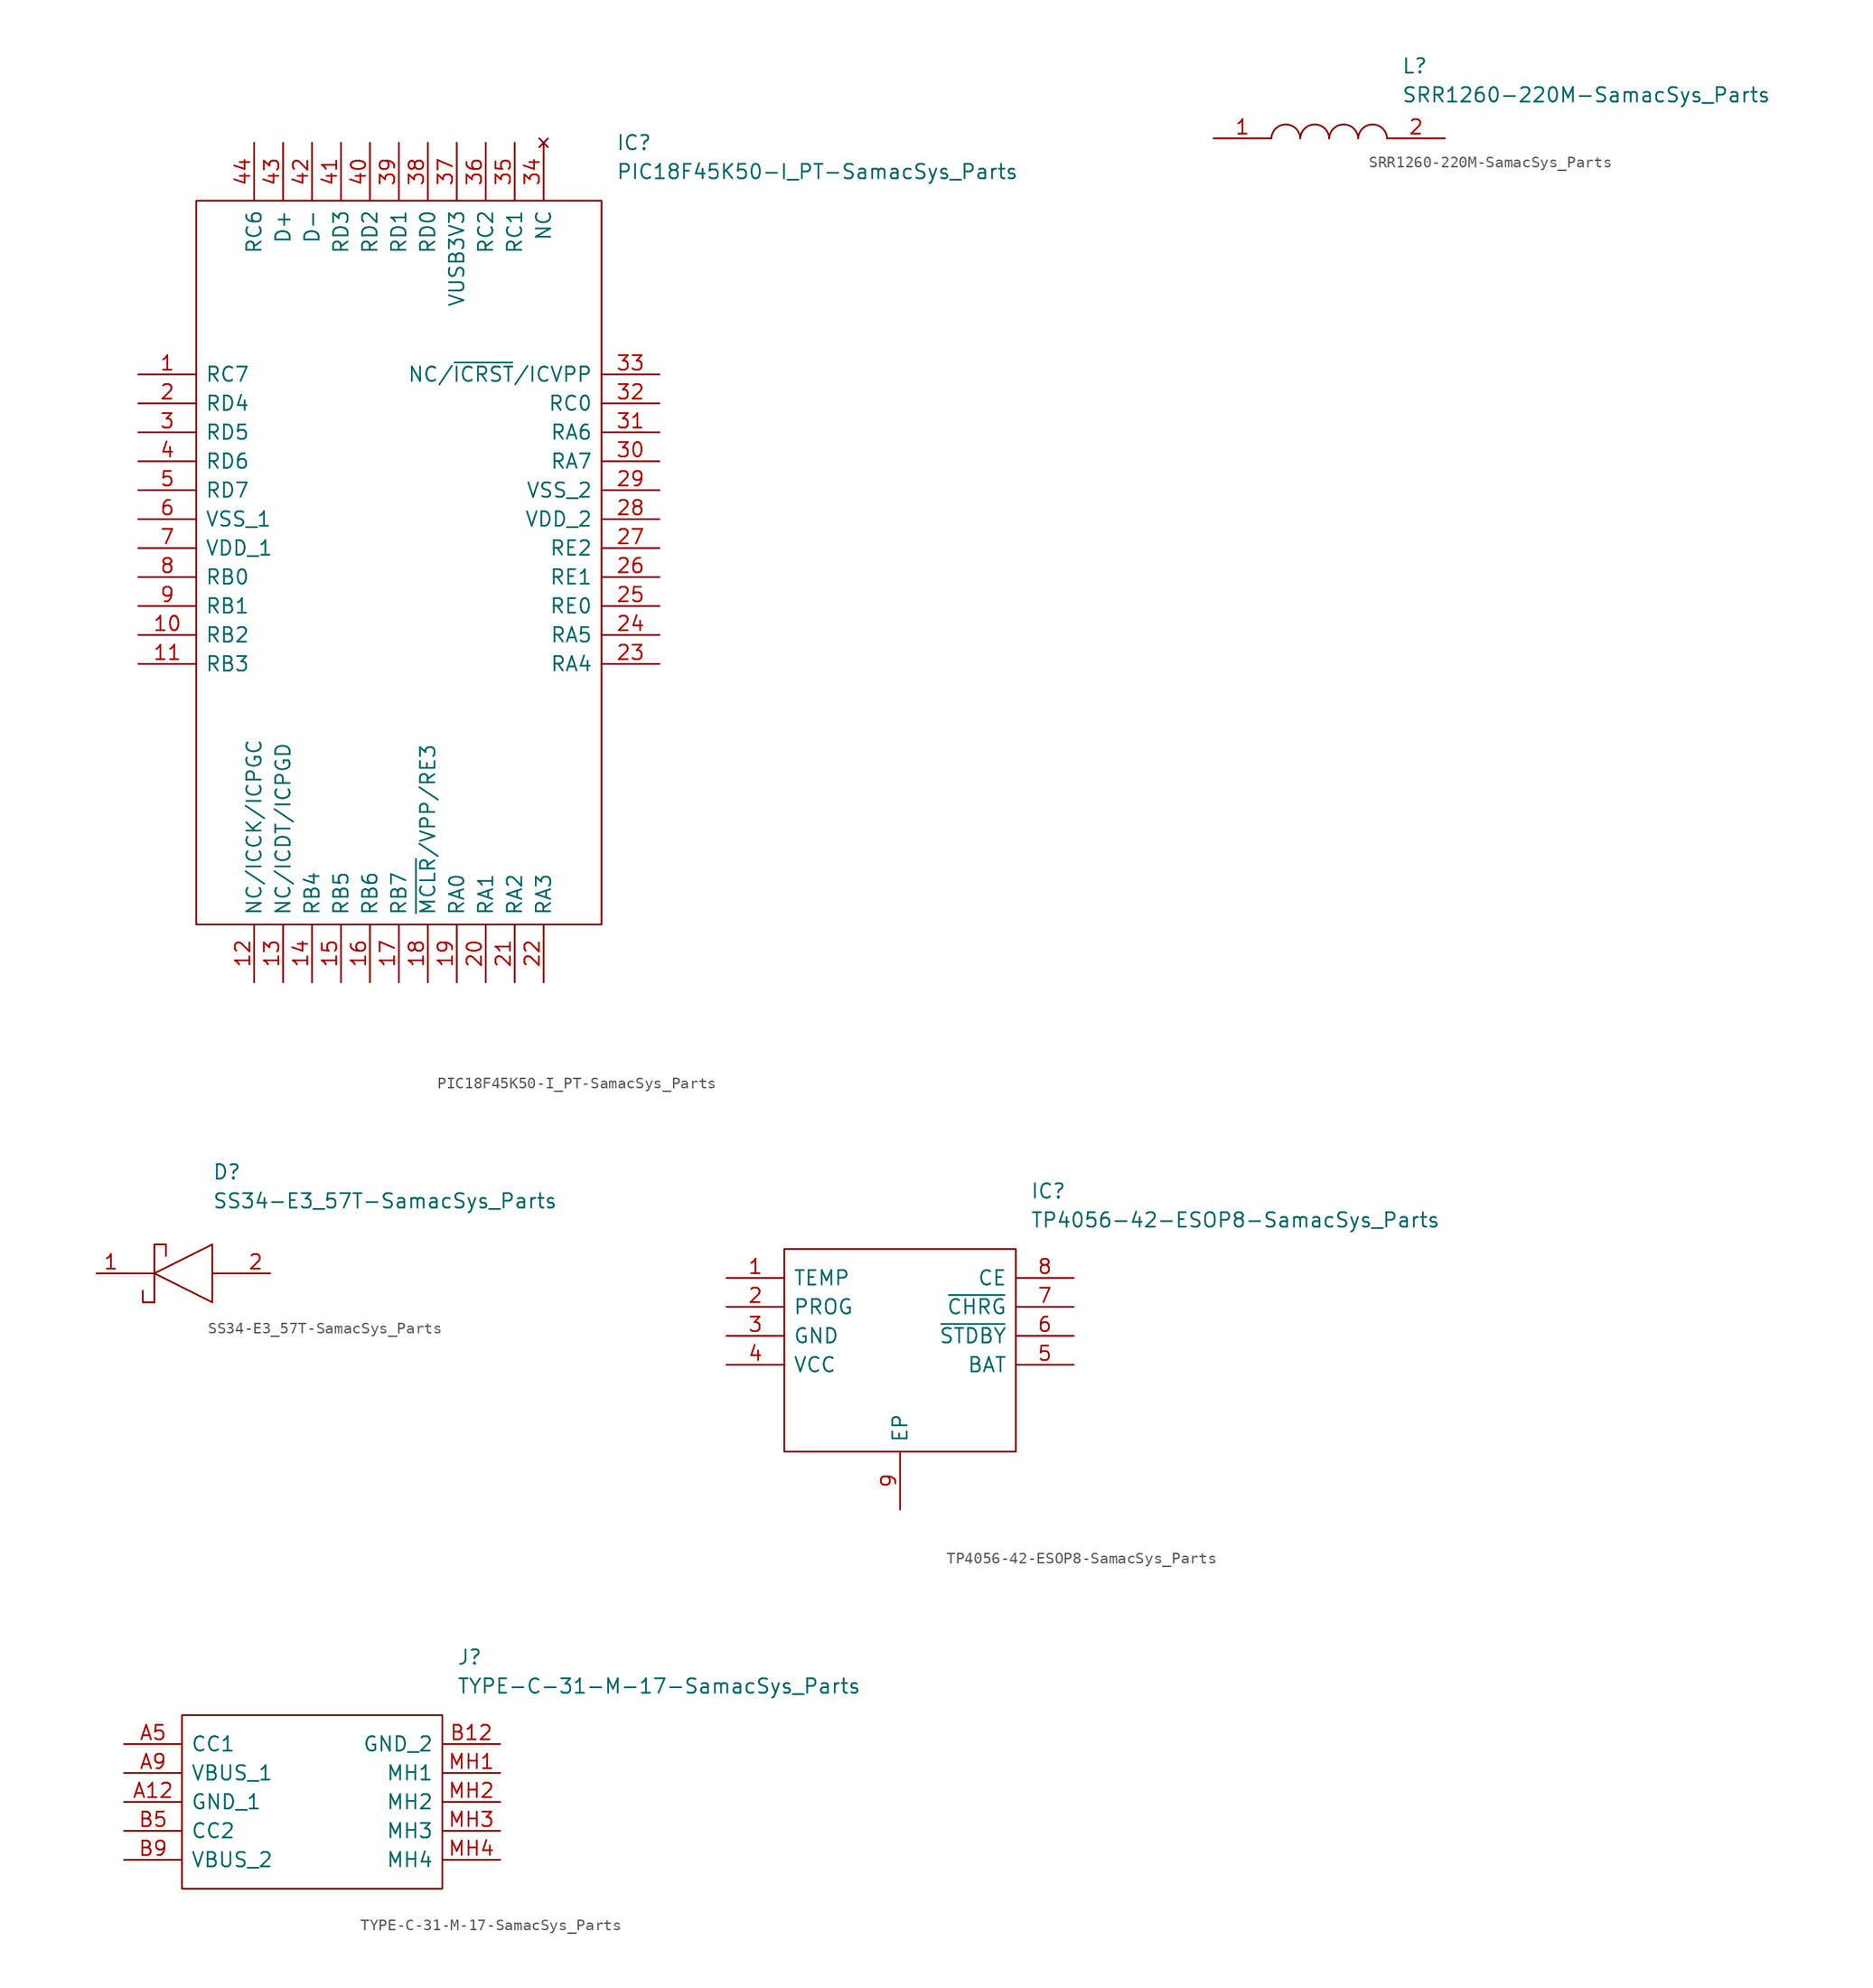
<source format=kicad_sym>
(kicad_symbol_lib
  (version 20220914)
  (generator kicad_symbol_editor)
  (symbol "PIC18F45K50-I_PT-SamacSys_Parts"
    (pin_names
      (offset 0.762))
    (property "Reference" "IC"
      (at 41.91 20.32 0)
      (effects (font (size 1.27 1.27)) (justify left)))
    (property "Value" "PIC18F45K50-I_PT-SamacSys_Parts"
      (at 41.91 17.78 0)
      (effects (font (size 1.27 1.27)) (justify left)))
    (symbol "PIC18F45K50-I_PT-SamacSys_Parts_0_0"
      (pin passive line (at 0 0 0) (length 5.08) (name "RC7" (effects (font (size 1.27 1.27)))) (number "1" (effects (font (size 1.27 1.27)))))
      (pin passive line (at 0 -22.86 0) (length 5.08) (name "RB2" (effects (font (size 1.27 1.27)))) (number "10" (effects (font (size 1.27 1.27)))))
      (pin passive line (at 0 -25.4 0) (length 5.08) (name "RB3" (effects (font (size 1.27 1.27)))) (number "11" (effects (font (size 1.27 1.27)))))
      (pin passive line (at 10.16 -53.34 90) (length 5.08) (name "NC/ICCK/ICPGC" (effects (font (size 1.27 1.27)))) (number "12" (effects (font (size 1.27 1.27)))))
      (pin passive line (at 12.7 -53.34 90) (length 5.08) (name "NC/ICDT/ICPGD" (effects (font (size 1.27 1.27)))) (number "13" (effects (font (size 1.27 1.27)))))
      (pin passive line (at 15.24 -53.34 90) (length 5.08) (name "RB4" (effects (font (size 1.27 1.27)))) (number "14" (effects (font (size 1.27 1.27)))))
      (pin passive line (at 17.78 -53.34 90) (length 5.08) (name "RB5" (effects (font (size 1.27 1.27)))) (number "15" (effects (font (size 1.27 1.27)))))
      (pin passive line (at 20.32 -53.34 90) (length 5.08) (name "RB6" (effects (font (size 1.27 1.27)))) (number "16" (effects (font (size 1.27 1.27)))))
      (pin passive line (at 22.86 -53.34 90) (length 5.08) (name "RB7" (effects (font (size 1.27 1.27)))) (number "17" (effects (font (size 1.27 1.27)))))
      (pin passive line (at 25.4 -53.34 90) (length 5.08) (name "~{MCLR}/VPP/RE3" (effects (font (size 1.27 1.27)))) (number "18" (effects (font (size 1.27 1.27)))))
      (pin passive line (at 27.94 -53.34 90) (length 5.08) (name "RA0" (effects (font (size 1.27 1.27)))) (number "19" (effects (font (size 1.27 1.27)))))
      (pin passive line (at 0 -2.54 0) (length 5.08) (name "RD4" (effects (font (size 1.27 1.27)))) (number "2" (effects (font (size 1.27 1.27)))))
      (pin passive line (at 30.48 -53.34 90) (length 5.08) (name "RA1" (effects (font (size 1.27 1.27)))) (number "20" (effects (font (size 1.27 1.27)))))
      (pin passive line (at 33.02 -53.34 90) (length 5.08) (name "RA2" (effects (font (size 1.27 1.27)))) (number "21" (effects (font (size 1.27 1.27)))))
      (pin passive line (at 35.56 -53.34 90) (length 5.08) (name "RA3" (effects (font (size 1.27 1.27)))) (number "22" (effects (font (size 1.27 1.27)))))
      (pin passive line (at 45.72 -25.4 180) (length 5.08) (name "RA4" (effects (font (size 1.27 1.27)))) (number "23" (effects (font (size 1.27 1.27)))))
      (pin passive line (at 45.72 -22.86 180) (length 5.08) (name "RA5" (effects (font (size 1.27 1.27)))) (number "24" (effects (font (size 1.27 1.27)))))
      (pin passive line (at 45.72 -20.32 180) (length 5.08) (name "RE0" (effects (font (size 1.27 1.27)))) (number "25" (effects (font (size 1.27 1.27)))))
      (pin passive line (at 45.72 -17.78 180) (length 5.08) (name "RE1" (effects (font (size 1.27 1.27)))) (number "26" (effects (font (size 1.27 1.27)))))
      (pin passive line (at 45.72 -15.24 180) (length 5.08) (name "RE2" (effects (font (size 1.27 1.27)))) (number "27" (effects (font (size 1.27 1.27)))))
      (pin passive line (at 45.72 -12.7 180) (length 5.08) (name "VDD_2" (effects (font (size 1.27 1.27)))) (number "28" (effects (font (size 1.27 1.27)))))
      (pin passive line (at 45.72 -10.16 180) (length 5.08) (name "VSS_2" (effects (font (size 1.27 1.27)))) (number "29" (effects (font (size 1.27 1.27)))))
      (pin passive line (at 0 -5.08 0) (length 5.08) (name "RD5" (effects (font (size 1.27 1.27)))) (number "3" (effects (font (size 1.27 1.27)))))
      (pin passive line (at 45.72 -7.62 180) (length 5.08) (name "RA7" (effects (font (size 1.27 1.27)))) (number "30" (effects (font (size 1.27 1.27)))))
      (pin passive line (at 45.72 -5.08 180) (length 5.08) (name "RA6" (effects (font (size 1.27 1.27)))) (number "31" (effects (font (size 1.27 1.27)))))
      (pin passive line (at 45.72 -2.54 180) (length 5.08) (name "RC0" (effects (font (size 1.27 1.27)))) (number "32" (effects (font (size 1.27 1.27)))))
      (pin passive line (at 45.72 0 180) (length 5.08) (name "NC/~{ICRST}/ICVPP" (effects (font (size 1.27 1.27)))) (number "33" (effects (font (size 1.27 1.27)))))
      (pin no_connect line (at 35.56 20.32 270) (length 5.08) (name "NC" (effects (font (size 1.27 1.27)))) (number "34" (effects (font (size 1.27 1.27)))))
      (pin passive line (at 33.02 20.32 270) (length 5.08) (name "RC1" (effects (font (size 1.27 1.27)))) (number "35" (effects (font (size 1.27 1.27)))))
      (pin passive line (at 30.48 20.32 270) (length 5.08) (name "RC2" (effects (font (size 1.27 1.27)))) (number "36" (effects (font (size 1.27 1.27)))))
      (pin passive line (at 27.94 20.32 270) (length 5.08) (name "VUSB3V3" (effects (font (size 1.27 1.27)))) (number "37" (effects (font (size 1.27 1.27)))))
      (pin passive line (at 25.4 20.32 270) (length 5.08) (name "RD0" (effects (font (size 1.27 1.27)))) (number "38" (effects (font (size 1.27 1.27)))))
      (pin passive line (at 22.86 20.32 270) (length 5.08) (name "RD1" (effects (font (size 1.27 1.27)))) (number "39" (effects (font (size 1.27 1.27)))))
      (pin passive line (at 0 -7.62 0) (length 5.08) (name "RD6" (effects (font (size 1.27 1.27)))) (number "4" (effects (font (size 1.27 1.27)))))
      (pin passive line (at 20.32 20.32 270) (length 5.08) (name "RD2" (effects (font (size 1.27 1.27)))) (number "40" (effects (font (size 1.27 1.27)))))
      (pin passive line (at 17.78 20.32 270) (length 5.08) (name "RD3" (effects (font (size 1.27 1.27)))) (number "41" (effects (font (size 1.27 1.27)))))
      (pin passive line (at 15.24 20.32 270) (length 5.08) (name "D-" (effects (font (size 1.27 1.27)))) (number "42" (effects (font (size 1.27 1.27)))))
      (pin passive line (at 12.7 20.32 270) (length 5.08) (name "D+" (effects (font (size 1.27 1.27)))) (number "43" (effects (font (size 1.27 1.27)))))
      (pin passive line (at 10.16 20.32 270) (length 5.08) (name "RC6" (effects (font (size 1.27 1.27)))) (number "44" (effects (font (size 1.27 1.27)))))
      (pin passive line (at 0 -10.16 0) (length 5.08) (name "RD7" (effects (font (size 1.27 1.27)))) (number "5" (effects (font (size 1.27 1.27)))))
      (pin passive line (at 0 -12.7 0) (length 5.08) (name "VSS_1" (effects (font (size 1.27 1.27)))) (number "6" (effects (font (size 1.27 1.27)))))
      (pin passive line (at 0 -15.24 0) (length 5.08) (name "VDD_1" (effects (font (size 1.27 1.27)))) (number "7" (effects (font (size 1.27 1.27)))))
      (pin passive line (at 0 -17.78 0) (length 5.08) (name "RB0" (effects (font (size 1.27 1.27)))) (number "8" (effects (font (size 1.27 1.27)))))
      (pin passive line (at 0 -20.32 0) (length 5.08) (name "RB1" (effects (font (size 1.27 1.27)))) (number "9" (effects (font (size 1.27 1.27))))))
    (symbol "PIC18F45K50-I_PT-SamacSys_Parts_0_1"
      (polyline (pts (xy 5.08 15.24) (xy 40.64 15.24) (xy 40.64 -48.26) (xy 5.08 -48.26) (xy 5.08 15.24)) (stroke (width 0.152) (type solid)) (fill (type none)))))
  (symbol "SRR1260-220M-SamacSys_Parts"
    (pin_names
      (offset 0.762))
    (property "Reference" "L"
      (at 16.51 6.35 0)
      (effects (font (size 1.27 1.27)) (justify left)))
    (property "Value" "SRR1260-220M-SamacSys_Parts"
      (at 16.51 3.81 0)
      (effects (font (size 1.27 1.27)) (justify left)))
    (symbol "SRR1260-220M-SamacSys_Parts_0_0"
      (pin passive line (at 0 0 0) (length 5.08) (name "~" (effects (font (size 1.27 1.27)))) (number "1" (effects (font (size 1.27 1.27)))))
      (pin passive line (at 20.32 0 180) (length 5.08) (name "~" (effects (font (size 1.27 1.27)))) (number "2" (effects (font (size 1.27 1.27))))))
    (symbol "SRR1260-220M-SamacSys_Parts_0_1"
      (arc (start 7.62 0) (mid 6.35 1.2202) (end 5.08 0) (stroke (width 0.1524) (type solid)) (fill (type none)))
      (arc (start 10.16 0) (mid 8.89 1.2202) (end 7.62 0) (stroke (width 0.1524) (type solid)) (fill (type none)))
      (arc (start 12.7 0) (mid 11.43 1.2202) (end 10.16 0) (stroke (width 0.1524) (type solid)) (fill (type none)))
      (arc (start 15.24 0) (mid 13.97 1.2202) (end 12.7 0) (stroke (width 0.1524) (type solid)) (fill (type none)))))
  (symbol "SS34-E3_57T-SamacSys_Parts"
    (pin_names
      (offset 0.762))
    (property "Reference" "D"
      (at 12.7 8.89 0)
      (effects (font (size 1.27 1.27)) (justify left)))
    (property "Value" "SS34-E3_57T-SamacSys_Parts"
      (at 12.7 6.35 0)
      (effects (font (size 1.27 1.27)) (justify left)))
    (symbol "SS34-E3_57T-SamacSys_Parts_0_0"
      (pin passive line (at 2.54 0 0) (length 2.54) (name "~" (effects (font (size 1.27 1.27)))) (number "1" (effects (font (size 1.27 1.27)))))
      (pin passive line (at 17.78 0 180) (length 2.54) (name "~" (effects (font (size 1.27 1.27)))) (number "2" (effects (font (size 1.27 1.27))))))
    (symbol "SS34-E3_57T-SamacSys_Parts_0_1"
      (polyline (pts (xy 5.08 0) (xy 7.62 0)) (stroke (width 0.152) (type solid)) (fill (type none)))
      (polyline (pts (xy 7.62 2.54) (xy 7.62 -2.54)) (stroke (width 0.152) (type solid)) (fill (type none)))
      (polyline (pts (xy 12.7 0) (xy 15.24 0)) (stroke (width 0.152) (type solid)) (fill (type none)))
      (polyline (pts (xy 7.62 -2.54) (xy 6.604 -2.54) (xy 6.604 -1.524)) (stroke (width 0.152) (type solid)) (fill (type none)))
      (polyline (pts (xy 7.62 2.54) (xy 8.636 2.54) (xy 8.636 1.524)) (stroke (width 0.152) (type solid)) (fill (type none)))
      (polyline (pts (xy 7.62 0) (xy 12.7 2.54) (xy 12.7 -2.54) (xy 7.62 0)) (stroke (width 0.152) (type solid)) (fill (type none)))))
  (symbol "TP4056-42-ESOP8-SamacSys_Parts"
    (pin_names
      (offset 0.762))
    (property "Reference" "IC"
      (at 26.67 7.62 0)
      (effects (font (size 1.27 1.27)) (justify left)))
    (property "Value" "TP4056-42-ESOP8-SamacSys_Parts"
      (at 26.67 5.08 0)
      (effects (font (size 1.27 1.27)) (justify left)))
    (symbol "TP4056-42-ESOP8-SamacSys_Parts_0_0"
      (pin passive line (at 0 0 0) (length 5.08) (name "TEMP" (effects (font (size 1.27 1.27)))) (number "1" (effects (font (size 1.27 1.27)))))
      (pin passive line (at 0 -2.54 0) (length 5.08) (name "PROG" (effects (font (size 1.27 1.27)))) (number "2" (effects (font (size 1.27 1.27)))))
      (pin passive line (at 0 -5.08 0) (length 5.08) (name "GND" (effects (font (size 1.27 1.27)))) (number "3" (effects (font (size 1.27 1.27)))))
      (pin passive line (at 0 -7.62 0) (length 5.08) (name "VCC" (effects (font (size 1.27 1.27)))) (number "4" (effects (font (size 1.27 1.27)))))
      (pin passive line (at 30.48 -7.62 180) (length 5.08) (name "BAT" (effects (font (size 1.27 1.27)))) (number "5" (effects (font (size 1.27 1.27)))))
      (pin passive line (at 30.48 -5.08 180) (length 5.08) (name "~{STDBY}" (effects (font (size 1.27 1.27)))) (number "6" (effects (font (size 1.27 1.27)))))
      (pin passive line (at 30.48 -2.54 180) (length 5.08) (name "~{CHRG}" (effects (font (size 1.27 1.27)))) (number "7" (effects (font (size 1.27 1.27)))))
      (pin passive line (at 30.48 0 180) (length 5.08) (name "CE" (effects (font (size 1.27 1.27)))) (number "8" (effects (font (size 1.27 1.27)))))
      (pin passive line (at 15.24 -20.32 90) (length 5.08) (name "EP" (effects (font (size 1.27 1.27)))) (number "9" (effects (font (size 1.27 1.27))))))
    (symbol "TP4056-42-ESOP8-SamacSys_Parts_0_1"
      (polyline (pts (xy 5.08 2.54) (xy 25.4 2.54) (xy 25.4 -15.24) (xy 5.08 -15.24) (xy 5.08 2.54)) (stroke (width 0.152) (type solid)) (fill (type none)))))
  (symbol "TYPE-C-31-M-17-SamacSys_Parts"
    (pin_names
      (offset 0.762))
    (property "Reference" "J"
      (at 29.21 7.62 0)
      (effects (font (size 1.27 1.27)) (justify left)))
    (property "Value" "TYPE-C-31-M-17-SamacSys_Parts"
      (at 29.21 5.08 0)
      (effects (font (size 1.27 1.27)) (justify left)))
    (symbol "TYPE-C-31-M-17-SamacSys_Parts_0_0"
      (pin passive line (at 0 -5.08 0) (length 5.08) (name "GND_1" (effects (font (size 1.27 1.27)))) (number "A12" (effects (font (size 1.27 1.27)))))
      (pin passive line (at 0 0 0) (length 5.08) (name "CC1" (effects (font (size 1.27 1.27)))) (number "A5" (effects (font (size 1.27 1.27)))))
      (pin passive line (at 0 -2.54 0) (length 5.08) (name "VBUS_1" (effects (font (size 1.27 1.27)))) (number "A9" (effects (font (size 1.27 1.27)))))
      (pin passive line (at 33.02 0 180) (length 5.08) (name "GND_2" (effects (font (size 1.27 1.27)))) (number "B12" (effects (font (size 1.27 1.27)))))
      (pin passive line (at 0 -7.62 0) (length 5.08) (name "CC2" (effects (font (size 1.27 1.27)))) (number "B5" (effects (font (size 1.27 1.27)))))
      (pin passive line (at 0 -10.16 0) (length 5.08) (name "VBUS_2" (effects (font (size 1.27 1.27)))) (number "B9" (effects (font (size 1.27 1.27)))))
      (pin passive line (at 33.02 -2.54 180) (length 5.08) (name "MH1" (effects (font (size 1.27 1.27)))) (number "MH1" (effects (font (size 1.27 1.27)))))
      (pin passive line (at 33.02 -5.08 180) (length 5.08) (name "MH2" (effects (font (size 1.27 1.27)))) (number "MH2" (effects (font (size 1.27 1.27)))))
      (pin passive line (at 33.02 -7.62 180) (length 5.08) (name "MH3" (effects (font (size 1.27 1.27)))) (number "MH3" (effects (font (size 1.27 1.27)))))
      (pin passive line (at 33.02 -10.16 180) (length 5.08) (name "MH4" (effects (font (size 1.27 1.27)))) (number "MH4" (effects (font (size 1.27 1.27))))))
    (symbol "TYPE-C-31-M-17-SamacSys_Parts_0_1"
      (polyline (pts (xy 5.08 2.54) (xy 27.94 2.54) (xy 27.94 -12.7) (xy 5.08 -12.7) (xy 5.08 2.54)) (stroke (width 0.152) (type solid)) (fill (type none))))))
</source>
